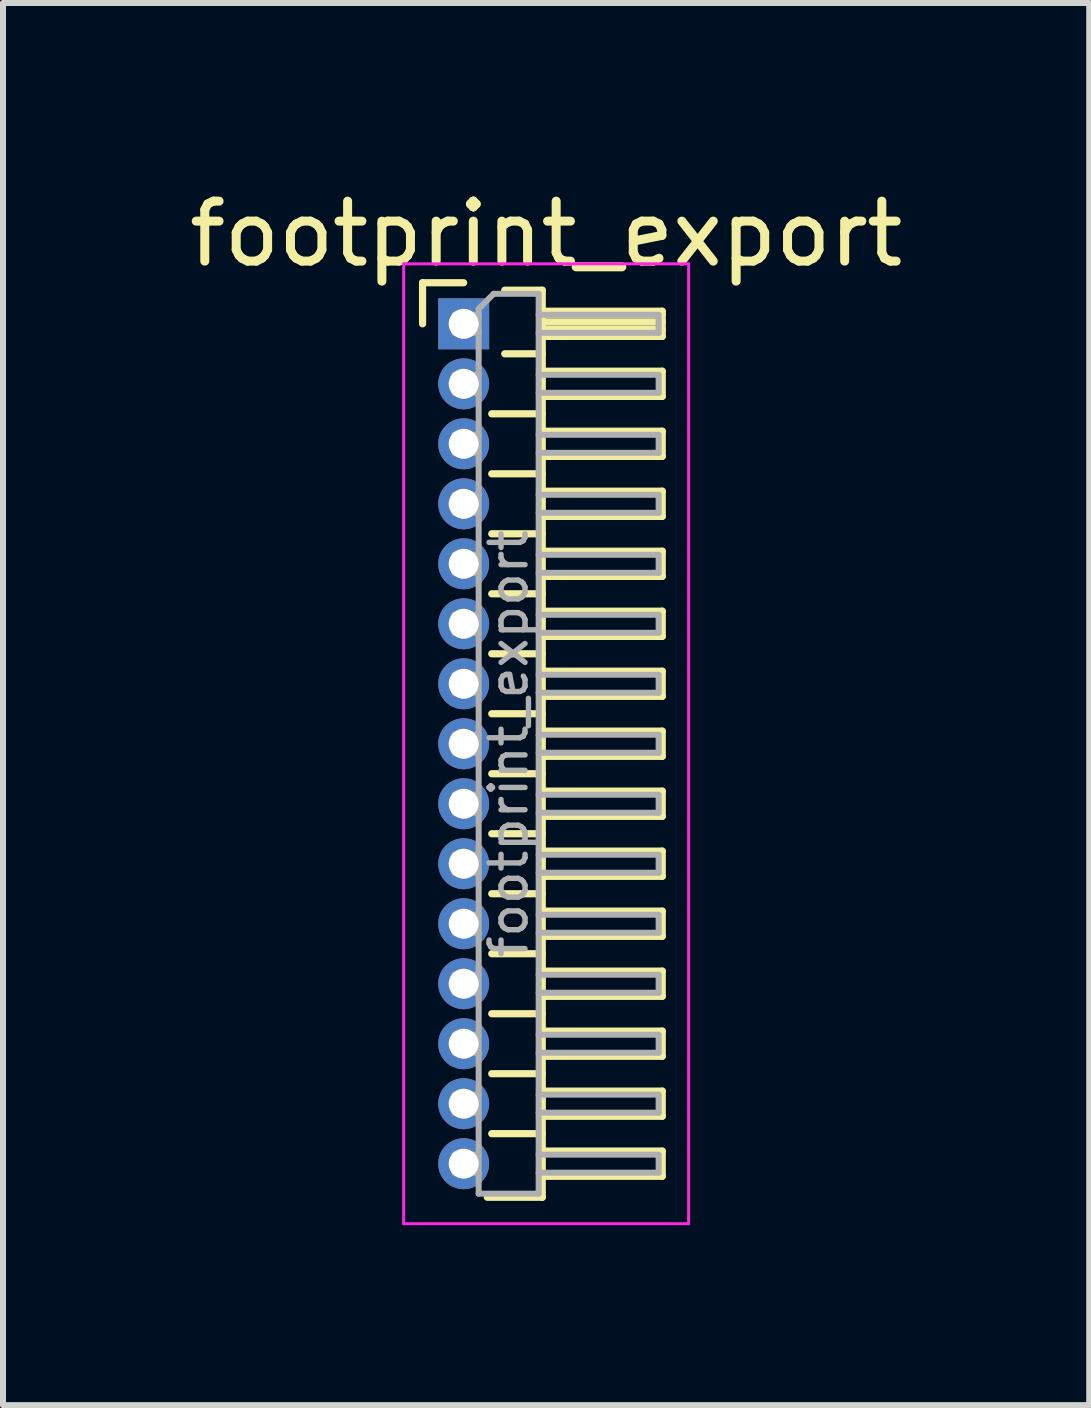
<source format=kicad_pcb>
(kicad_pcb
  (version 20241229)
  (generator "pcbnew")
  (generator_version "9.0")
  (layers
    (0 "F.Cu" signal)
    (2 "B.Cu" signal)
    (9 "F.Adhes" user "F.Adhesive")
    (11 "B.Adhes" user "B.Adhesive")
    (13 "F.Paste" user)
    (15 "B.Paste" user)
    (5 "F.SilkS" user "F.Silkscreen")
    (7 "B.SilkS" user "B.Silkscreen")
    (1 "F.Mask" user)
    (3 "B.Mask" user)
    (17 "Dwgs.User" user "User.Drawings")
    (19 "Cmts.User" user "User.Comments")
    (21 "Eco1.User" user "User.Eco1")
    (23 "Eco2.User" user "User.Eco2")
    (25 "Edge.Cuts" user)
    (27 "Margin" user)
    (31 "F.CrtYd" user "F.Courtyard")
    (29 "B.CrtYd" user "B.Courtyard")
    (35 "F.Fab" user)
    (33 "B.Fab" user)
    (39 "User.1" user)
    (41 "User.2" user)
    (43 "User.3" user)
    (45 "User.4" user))
  (footprint "footprint_export"
    (layer "F.Cu")
    (at 4.679 2.348)
    (property "Reference" "footprint_export" (at 1.375 -1.5 0) (layer "F.SilkS") (effects (font (size 1 1) (thickness 0.15))))
    (attr through_hole)
    (fp_line (start -0.685 -0.685) (end 0 -0.685) (stroke (width 0.12) (type solid)) (layer "F.SilkS"))
    (fp_line (start -0.685 0) (end -0.685 -0.685) (stroke (width 0.12) (type solid)) (layer "F.SilkS"))
    (fp_line (start 0.468 1.5) (end 1.31 1.5) (stroke (width 0.12) (type solid)) (layer "F.SilkS"))
    (fp_line (start 0.468 2.5) (end 1.31 2.5) (stroke (width 0.12) (type solid)) (layer "F.SilkS"))
    (fp_line (start 0.468 3.5) (end 1.31 3.5) (stroke (width 0.12) (type solid)) (layer "F.SilkS"))
    (fp_line (start 0.468 4.5) (end 1.31 4.5) (stroke (width 0.12) (type solid)) (layer "F.SilkS"))
    (fp_line (start 0.468 5.5) (end 1.31 5.5) (stroke (width 0.12) (type solid)) (layer "F.SilkS"))
    (fp_line (start 0.468 6.5) (end 1.31 6.5) (stroke (width 0.12) (type solid)) (layer "F.SilkS"))
    (fp_line (start 0.468 7.5) (end 1.31 7.5) (stroke (width 0.12) (type solid)) (layer "F.SilkS"))
    (fp_line (start 0.468 8.5) (end 1.31 8.5) (stroke (width 0.12) (type solid)) (layer "F.SilkS"))
    (fp_line (start 0.468 9.5) (end 1.31 9.5) (stroke (width 0.12) (type solid)) (layer "F.SilkS"))
    (fp_line (start 0.468 10.5) (end 1.31 10.5) (stroke (width 0.12) (type solid)) (layer "F.SilkS"))
    (fp_line (start 0.468 11.5) (end 1.31 11.5) (stroke (width 0.12) (type solid)) (layer "F.SilkS"))
    (fp_line (start 0.468 12.5) (end 1.31 12.5) (stroke (width 0.12) (type solid)) (layer "F.SilkS"))
    (fp_line (start 0.468 13.5) (end 1.31 13.5) (stroke (width 0.12) (type solid)) (layer "F.SilkS"))
    (fp_line (start 0.685 -0.56) (end 1.31 -0.56) (stroke (width 0.12) (type solid)) (layer "F.SilkS"))
    (fp_line (start 0.685 0.5) (end 1.31 0.5) (stroke (width 0.12) (type solid)) (layer "F.SilkS"))
    (fp_line (start 1.31 -0.56) (end 1.31 14.56) (stroke (width 0.12) (type solid)) (layer "F.SilkS"))
    (fp_line (start 1.31 -0.21) (end 3.31 -0.21) (stroke (width 0.12) (type solid)) (layer "F.SilkS"))
    (fp_line (start 1.31 -0.15) (end 3.31 -0.15) (stroke (width 0.12) (type solid)) (layer "F.SilkS"))
    (fp_line (start 1.31 -0.03) (end 3.31 -0.03) (stroke (width 0.12) (type solid)) (layer "F.SilkS"))
    (fp_line (start 1.31 0.09) (end 3.31 0.09) (stroke (width 0.12) (type solid)) (layer "F.SilkS"))
    (fp_line (start 1.31 0.79) (end 3.31 0.79) (stroke (width 0.12) (type solid)) (layer "F.SilkS"))
    (fp_line (start 1.31 1.79) (end 3.31 1.79) (stroke (width 0.12) (type solid)) (layer "F.SilkS"))
    (fp_line (start 1.31 2.79) (end 3.31 2.79) (stroke (width 0.12) (type solid)) (layer "F.SilkS"))
    (fp_line (start 1.31 3.79) (end 3.31 3.79) (stroke (width 0.12) (type solid)) (layer "F.SilkS"))
    (fp_line (start 1.31 4.79) (end 3.31 4.79) (stroke (width 0.12) (type solid)) (layer "F.SilkS"))
    (fp_line (start 1.31 5.79) (end 3.31 5.79) (stroke (width 0.12) (type solid)) (layer "F.SilkS"))
    (fp_line (start 1.31 6.79) (end 3.31 6.79) (stroke (width 0.12) (type solid)) (layer "F.SilkS"))
    (fp_line (start 1.31 7.79) (end 3.31 7.79) (stroke (width 0.12) (type solid)) (layer "F.SilkS"))
    (fp_line (start 1.31 8.79) (end 3.31 8.79) (stroke (width 0.12) (type solid)) (layer "F.SilkS"))
    (fp_line (start 1.31 9.79) (end 3.31 9.79) (stroke (width 0.12) (type solid)) (layer "F.SilkS"))
    (fp_line (start 1.31 10.79) (end 3.31 10.79) (stroke (width 0.12) (type solid)) (layer "F.SilkS"))
    (fp_line (start 1.31 11.79) (end 3.31 11.79) (stroke (width 0.12) (type solid)) (layer "F.SilkS"))
    (fp_line (start 1.31 12.79) (end 3.31 12.79) (stroke (width 0.12) (type solid)) (layer "F.SilkS"))
    (fp_line (start 1.31 13.79) (end 3.31 13.79) (stroke (width 0.12) (type solid)) (layer "F.SilkS"))
    (fp_line (start 1.31 14.56) (end 0.394 14.56) (stroke (width 0.12) (type solid)) (layer "F.SilkS"))
    (fp_line (start 3.31 -0.21) (end 3.31 0.21) (stroke (width 0.12) (type solid)) (layer "F.SilkS"))
    (fp_line (start 3.31 0.21) (end 1.31 0.21) (stroke (width 0.12) (type solid)) (layer "F.SilkS"))
    (fp_line (start 3.31 0.79) (end 3.31 1.21) (stroke (width 0.12) (type solid)) (layer "F.SilkS"))
    (fp_line (start 3.31 1.21) (end 1.31 1.21) (stroke (width 0.12) (type solid)) (layer "F.SilkS"))
    (fp_line (start 3.31 1.79) (end 3.31 2.21) (stroke (width 0.12) (type solid)) (layer "F.SilkS"))
    (fp_line (start 3.31 2.21) (end 1.31 2.21) (stroke (width 0.12) (type solid)) (layer "F.SilkS"))
    (fp_line (start 3.31 2.79) (end 3.31 3.21) (stroke (width 0.12) (type solid)) (layer "F.SilkS"))
    (fp_line (start 3.31 3.21) (end 1.31 3.21) (stroke (width 0.12) (type solid)) (layer "F.SilkS"))
    (fp_line (start 3.31 3.79) (end 3.31 4.21) (stroke (width 0.12) (type solid)) (layer "F.SilkS"))
    (fp_line (start 3.31 4.21) (end 1.31 4.21) (stroke (width 0.12) (type solid)) (layer "F.SilkS"))
    (fp_line (start 3.31 4.79) (end 3.31 5.21) (stroke (width 0.12) (type solid)) (layer "F.SilkS"))
    (fp_line (start 3.31 5.21) (end 1.31 5.21) (stroke (width 0.12) (type solid)) (layer "F.SilkS"))
    (fp_line (start 3.31 5.79) (end 3.31 6.21) (stroke (width 0.12) (type solid)) (layer "F.SilkS"))
    (fp_line (start 3.31 6.21) (end 1.31 6.21) (stroke (width 0.12) (type solid)) (layer "F.SilkS"))
    (fp_line (start 3.31 6.79) (end 3.31 7.21) (stroke (width 0.12) (type solid)) (layer "F.SilkS"))
    (fp_line (start 3.31 7.21) (end 1.31 7.21) (stroke (width 0.12) (type solid)) (layer "F.SilkS"))
    (fp_line (start 3.31 7.79) (end 3.31 8.21) (stroke (width 0.12) (type solid)) (layer "F.SilkS"))
    (fp_line (start 3.31 8.21) (end 1.31 8.21) (stroke (width 0.12) (type solid)) (layer "F.SilkS"))
    (fp_line (start 3.31 8.79) (end 3.31 9.21) (stroke (width 0.12) (type solid)) (layer "F.SilkS"))
    (fp_line (start 3.31 9.21) (end 1.31 9.21) (stroke (width 0.12) (type solid)) (layer "F.SilkS"))
    (fp_line (start 3.31 9.79) (end 3.31 10.21) (stroke (width 0.12) (type solid)) (layer "F.SilkS"))
    (fp_line (start 3.31 10.21) (end 1.31 10.21) (stroke (width 0.12) (type solid)) (layer "F.SilkS"))
    (fp_line (start 3.31 10.79) (end 3.31 11.21) (stroke (width 0.12) (type solid)) (layer "F.SilkS"))
    (fp_line (start 3.31 11.21) (end 1.31 11.21) (stroke (width 0.12) (type solid)) (layer "F.SilkS"))
    (fp_line (start 3.31 11.79) (end 3.31 12.21) (stroke (width 0.12) (type solid)) (layer "F.SilkS"))
    (fp_line (start 3.31 12.21) (end 1.31 12.21) (stroke (width 0.12) (type solid)) (layer "F.SilkS"))
    (fp_line (start 3.31 12.79) (end 3.31 13.21) (stroke (width 0.12) (type solid)) (layer "F.SilkS"))
    (fp_line (start 3.31 13.21) (end 1.31 13.21) (stroke (width 0.12) (type solid)) (layer "F.SilkS"))
    (fp_line (start 3.31 13.79) (end 3.31 14.21) (stroke (width 0.12) (type solid)) (layer "F.SilkS"))
    (fp_line (start 3.31 14.21) (end 1.31 14.21) (stroke (width 0.12) (type solid)) (layer "F.SilkS"))
    (fp_line (start -1 -1) (end -1 15) (stroke (width 0.05) (type solid)) (layer "F.CrtYd"))
    (fp_line (start -1 15) (end 3.75 15) (stroke (width 0.05) (type solid)) (layer "F.CrtYd"))
    (fp_line (start 3.75 -1) (end -1 -1) (stroke (width 0.05) (type solid)) (layer "F.CrtYd"))
    (fp_line (start 3.75 15) (end 3.75 -1) (stroke (width 0.05) (type solid)) (layer "F.CrtYd"))
    (fp_line (start -0.15 -0.15) (end -0.15 0.15) (stroke (width 0.1) (type solid)) (layer "F.Fab"))
    (fp_line (start -0.15 -0.15) (end 0.25 -0.15) (stroke (width 0.1) (type solid)) (layer "F.Fab"))
    (fp_line (start -0.15 0.15) (end 0.25 0.15) (stroke (width 0.1) (type solid)) (layer "F.Fab"))
    (fp_line (start -0.15 0.85) (end -0.15 1.15) (stroke (width 0.1) (type solid)) (layer "F.Fab"))
    (fp_line (start -0.15 0.85) (end 0.25 0.85) (stroke (width 0.1) (type solid)) (layer "F.Fab"))
    (fp_line (start -0.15 1.15) (end 0.25 1.15) (stroke (width 0.1) (type solid)) (layer "F.Fab"))
    (fp_line (start -0.15 1.85) (end -0.15 2.15) (stroke (width 0.1) (type solid)) (layer "F.Fab"))
    (fp_line (start -0.15 1.85) (end 0.25 1.85) (stroke (width 0.1) (type solid)) (layer "F.Fab"))
    (fp_line (start -0.15 2.15) (end 0.25 2.15) (stroke (width 0.1) (type solid)) (layer "F.Fab"))
    (fp_line (start -0.15 2.85) (end -0.15 3.15) (stroke (width 0.1) (type solid)) (layer "F.Fab"))
    (fp_line (start -0.15 2.85) (end 0.25 2.85) (stroke (width 0.1) (type solid)) (layer "F.Fab"))
    (fp_line (start -0.15 3.15) (end 0.25 3.15) (stroke (width 0.1) (type solid)) (layer "F.Fab"))
    (fp_line (start -0.15 3.85) (end -0.15 4.15) (stroke (width 0.1) (type solid)) (layer "F.Fab"))
    (fp_line (start -0.15 3.85) (end 0.25 3.85) (stroke (width 0.1) (type solid)) (layer "F.Fab"))
    (fp_line (start -0.15 4.15) (end 0.25 4.15) (stroke (width 0.1) (type solid)) (layer "F.Fab"))
    (fp_line (start -0.15 4.85) (end -0.15 5.15) (stroke (width 0.1) (type solid)) (layer "F.Fab"))
    (fp_line (start -0.15 4.85) (end 0.25 4.85) (stroke (width 0.1) (type solid)) (layer "F.Fab"))
    (fp_line (start -0.15 5.15) (end 0.25 5.15) (stroke (width 0.1) (type solid)) (layer "F.Fab"))
    (fp_line (start -0.15 5.85) (end -0.15 6.15) (stroke (width 0.1) (type solid)) (layer "F.Fab"))
    (fp_line (start -0.15 5.85) (end 0.25 5.85) (stroke (width 0.1) (type solid)) (layer "F.Fab"))
    (fp_line (start -0.15 6.15) (end 0.25 6.15) (stroke (width 0.1) (type solid)) (layer "F.Fab"))
    (fp_line (start -0.15 6.85) (end -0.15 7.15) (stroke (width 0.1) (type solid)) (layer "F.Fab"))
    (fp_line (start -0.15 6.85) (end 0.25 6.85) (stroke (width 0.1) (type solid)) (layer "F.Fab"))
    (fp_line (start -0.15 7.15) (end 0.25 7.15) (stroke (width 0.1) (type solid)) (layer "F.Fab"))
    (fp_line (start -0.15 7.85) (end -0.15 8.15) (stroke (width 0.1) (type solid)) (layer "F.Fab"))
    (fp_line (start -0.15 7.85) (end 0.25 7.85) (stroke (width 0.1) (type solid)) (layer "F.Fab"))
    (fp_line (start -0.15 8.15) (end 0.25 8.15) (stroke (width 0.1) (type solid)) (layer "F.Fab"))
    (fp_line (start -0.15 8.85) (end -0.15 9.15) (stroke (width 0.1) (type solid)) (layer "F.Fab"))
    (fp_line (start -0.15 8.85) (end 0.25 8.85) (stroke (width 0.1) (type solid)) (layer "F.Fab"))
    (fp_line (start -0.15 9.15) (end 0.25 9.15) (stroke (width 0.1) (type solid)) (layer "F.Fab"))
    (fp_line (start -0.15 9.85) (end -0.15 10.15) (stroke (width 0.1) (type solid)) (layer "F.Fab"))
    (fp_line (start -0.15 9.85) (end 0.25 9.85) (stroke (width 0.1) (type solid)) (layer "F.Fab"))
    (fp_line (start -0.15 10.15) (end 0.25 10.15) (stroke (width 0.1) (type solid)) (layer "F.Fab"))
    (fp_line (start -0.15 10.85) (end -0.15 11.15) (stroke (width 0.1) (type solid)) (layer "F.Fab"))
    (fp_line (start -0.15 10.85) (end 0.25 10.85) (stroke (width 0.1) (type solid)) (layer "F.Fab"))
    (fp_line (start -0.15 11.15) (end 0.25 11.15) (stroke (width 0.1) (type solid)) (layer "F.Fab"))
    (fp_line (start -0.15 11.85) (end -0.15 12.15) (stroke (width 0.1) (type solid)) (layer "F.Fab"))
    (fp_line (start -0.15 11.85) (end 0.25 11.85) (stroke (width 0.1) (type solid)) (layer "F.Fab"))
    (fp_line (start -0.15 12.15) (end 0.25 12.15) (stroke (width 0.1) (type solid)) (layer "F.Fab"))
    (fp_line (start -0.15 12.85) (end -0.15 13.15) (stroke (width 0.1) (type solid)) (layer "F.Fab"))
    (fp_line (start -0.15 12.85) (end 0.25 12.85) (stroke (width 0.1) (type solid)) (layer "F.Fab"))
    (fp_line (start -0.15 13.15) (end 0.25 13.15) (stroke (width 0.1) (type solid)) (layer "F.Fab"))
    (fp_line (start -0.15 13.85) (end -0.15 14.15) (stroke (width 0.1) (type solid)) (layer "F.Fab"))
    (fp_line (start -0.15 13.85) (end 0.25 13.85) (stroke (width 0.1) (type solid)) (layer "F.Fab"))
    (fp_line (start -0.15 14.15) (end 0.25 14.15) (stroke (width 0.1) (type solid)) (layer "F.Fab"))
    (fp_line (start 0.25 -0.25) (end 0.5 -0.5) (stroke (width 0.1) (type solid)) (layer "F.Fab"))
    (fp_line (start 0.25 14.5) (end 0.25 -0.25) (stroke (width 0.1) (type solid)) (layer "F.Fab"))
    (fp_line (start 0.5 -0.5) (end 1.25 -0.5) (stroke (width 0.1) (type solid)) (layer "F.Fab"))
    (fp_line (start 1.25 -0.5) (end 1.25 14.5) (stroke (width 0.1) (type solid)) (layer "F.Fab"))
    (fp_line (start 1.25 -0.15) (end 3.25 -0.15) (stroke (width 0.1) (type solid)) (layer "F.Fab"))
    (fp_line (start 1.25 0.15) (end 3.25 0.15) (stroke (width 0.1) (type solid)) (layer "F.Fab"))
    (fp_line (start 1.25 0.85) (end 3.25 0.85) (stroke (width 0.1) (type solid)) (layer "F.Fab"))
    (fp_line (start 1.25 1.15) (end 3.25 1.15) (stroke (width 0.1) (type solid)) (layer "F.Fab"))
    (fp_line (start 1.25 1.85) (end 3.25 1.85) (stroke (width 0.1) (type solid)) (layer "F.Fab"))
    (fp_line (start 1.25 2.15) (end 3.25 2.15) (stroke (width 0.1) (type solid)) (layer "F.Fab"))
    (fp_line (start 1.25 2.85) (end 3.25 2.85) (stroke (width 0.1) (type solid)) (layer "F.Fab"))
    (fp_line (start 1.25 3.15) (end 3.25 3.15) (stroke (width 0.1) (type solid)) (layer "F.Fab"))
    (fp_line (start 1.25 3.85) (end 3.25 3.85) (stroke (width 0.1) (type solid)) (layer "F.Fab"))
    (fp_line (start 1.25 4.15) (end 3.25 4.15) (stroke (width 0.1) (type solid)) (layer "F.Fab"))
    (fp_line (start 1.25 4.85) (end 3.25 4.85) (stroke (width 0.1) (type solid)) (layer "F.Fab"))
    (fp_line (start 1.25 5.15) (end 3.25 5.15) (stroke (width 0.1) (type solid)) (layer "F.Fab"))
    (fp_line (start 1.25 5.85) (end 3.25 5.85) (stroke (width 0.1) (type solid)) (layer "F.Fab"))
    (fp_line (start 1.25 6.15) (end 3.25 6.15) (stroke (width 0.1) (type solid)) (layer "F.Fab"))
    (fp_line (start 1.25 6.85) (end 3.25 6.85) (stroke (width 0.1) (type solid)) (layer "F.Fab"))
    (fp_line (start 1.25 7.15) (end 3.25 7.15) (stroke (width 0.1) (type solid)) (layer "F.Fab"))
    (fp_line (start 1.25 7.85) (end 3.25 7.85) (stroke (width 0.1) (type solid)) (layer "F.Fab"))
    (fp_line (start 1.25 8.15) (end 3.25 8.15) (stroke (width 0.1) (type solid)) (layer "F.Fab"))
    (fp_line (start 1.25 8.85) (end 3.25 8.85) (stroke (width 0.1) (type solid)) (layer "F.Fab"))
    (fp_line (start 1.25 9.15) (end 3.25 9.15) (stroke (width 0.1) (type solid)) (layer "F.Fab"))
    (fp_line (start 1.25 9.85) (end 3.25 9.85) (stroke (width 0.1) (type solid)) (layer "F.Fab"))
    (fp_line (start 1.25 10.15) (end 3.25 10.15) (stroke (width 0.1) (type solid)) (layer "F.Fab"))
    (fp_line (start 1.25 10.85) (end 3.25 10.85) (stroke (width 0.1) (type solid)) (layer "F.Fab"))
    (fp_line (start 1.25 11.15) (end 3.25 11.15) (stroke (width 0.1) (type solid)) (layer "F.Fab"))
    (fp_line (start 1.25 11.85) (end 3.25 11.85) (stroke (width 0.1) (type solid)) (layer "F.Fab"))
    (fp_line (start 1.25 12.15) (end 3.25 12.15) (stroke (width 0.1) (type solid)) (layer "F.Fab"))
    (fp_line (start 1.25 12.85) (end 3.25 12.85) (stroke (width 0.1) (type solid)) (layer "F.Fab"))
    (fp_line (start 1.25 13.15) (end 3.25 13.15) (stroke (width 0.1) (type solid)) (layer "F.Fab"))
    (fp_line (start 1.25 13.85) (end 3.25 13.85) (stroke (width 0.1) (type solid)) (layer "F.Fab"))
    (fp_line (start 1.25 14.15) (end 3.25 14.15) (stroke (width 0.1) (type solid)) (layer "F.Fab"))
    (fp_line (start 1.25 14.5) (end 0.25 14.5) (stroke (width 0.1) (type solid)) (layer "F.Fab"))
    (fp_line (start 3.25 -0.15) (end 3.25 0.15) (stroke (width 0.1) (type solid)) (layer "F.Fab"))
    (fp_line (start 3.25 0.85) (end 3.25 1.15) (stroke (width 0.1) (type solid)) (layer "F.Fab"))
    (fp_line (start 3.25 1.85) (end 3.25 2.15) (stroke (width 0.1) (type solid)) (layer "F.Fab"))
    (fp_line (start 3.25 2.85) (end 3.25 3.15) (stroke (width 0.1) (type solid)) (layer "F.Fab"))
    (fp_line (start 3.25 3.85) (end 3.25 4.15) (stroke (width 0.1) (type solid)) (layer "F.Fab"))
    (fp_line (start 3.25 4.85) (end 3.25 5.15) (stroke (width 0.1) (type solid)) (layer "F.Fab"))
    (fp_line (start 3.25 5.85) (end 3.25 6.15) (stroke (width 0.1) (type solid)) (layer "F.Fab"))
    (fp_line (start 3.25 6.85) (end 3.25 7.15) (stroke (width 0.1) (type solid)) (layer "F.Fab"))
    (fp_line (start 3.25 7.85) (end 3.25 8.15) (stroke (width 0.1) (type solid)) (layer "F.Fab"))
    (fp_line (start 3.25 8.85) (end 3.25 9.15) (stroke (width 0.1) (type solid)) (layer "F.Fab"))
    (fp_line (start 3.25 9.85) (end 3.25 10.15) (stroke (width 0.1) (type solid)) (layer "F.Fab"))
    (fp_line (start 3.25 10.85) (end 3.25 11.15) (stroke (width 0.1) (type solid)) (layer "F.Fab"))
    (fp_line (start 3.25 11.85) (end 3.25 12.15) (stroke (width 0.1) (type solid)) (layer "F.Fab"))
    (fp_line (start 3.25 12.85) (end 3.25 13.15) (stroke (width 0.1) (type solid)) (layer "F.Fab"))
    (fp_line (start 3.25 13.85) (end 3.25 14.15) (stroke (width 0.1) (type solid)) (layer "F.Fab"))
    (fp_text user "${REFERENCE}" (at 0.75 7 90) (layer "F.Fab") (effects (font (size 0.6 0.6) (thickness 0.09))))
    (pad "1" thru_hole rect (at 0 0) (size 0.85 0.85) (drill 0.5) (layers "*.Cu" "*.Mask"))
    (pad "2" thru_hole oval (at 0 1) (size 0.85 0.85) (drill 0.5) (layers "*.Cu" "*.Mask"))
    (pad "3" thru_hole oval (at 0 2) (size 0.85 0.85) (drill 0.5) (layers "*.Cu" "*.Mask"))
    (pad "4" thru_hole oval (at 0 3) (size 0.85 0.85) (drill 0.5) (layers "*.Cu" "*.Mask"))
    (pad "5" thru_hole oval (at 0 4) (size 0.85 0.85) (drill 0.5) (layers "*.Cu" "*.Mask"))
    (pad "6" thru_hole oval (at 0 5) (size 0.85 0.85) (drill 0.5) (layers "*.Cu" "*.Mask"))
    (pad "7" thru_hole oval (at 0 6) (size 0.85 0.85) (drill 0.5) (layers "*.Cu" "*.Mask"))
    (pad "8" thru_hole oval (at 0 7) (size 0.85 0.85) (drill 0.5) (layers "*.Cu" "*.Mask"))
    (pad "9" thru_hole oval (at 0 8) (size 0.85 0.85) (drill 0.5) (layers "*.Cu" "*.Mask"))
    (pad "10" thru_hole oval (at 0 9) (size 0.85 0.85) (drill 0.5) (layers "*.Cu" "*.Mask"))
    (pad "11" thru_hole oval (at 0 10) (size 0.85 0.85) (drill 0.5) (layers "*.Cu" "*.Mask"))
    (pad "12" thru_hole oval (at 0 11) (size 0.85 0.85) (drill 0.5) (layers "*.Cu" "*.Mask"))
    (pad "13" thru_hole oval (at 0 12) (size 0.85 0.85) (drill 0.5) (layers "*.Cu" "*.Mask"))
    (pad "14" thru_hole oval (at 0 13) (size 0.85 0.85) (drill 0.5) (layers "*.Cu" "*.Mask"))
    (pad "15" thru_hole oval (at 0 14) (size 0.85 0.85) (drill 0.5) (layers "*.Cu" "*.Mask")))
  (gr_rect
    (start -3 -3)
    (end 15.107 20.373)
    (stroke (width 0.1) (type default))
    (fill no)
    (layer "Edge.Cuts")))
</source>
